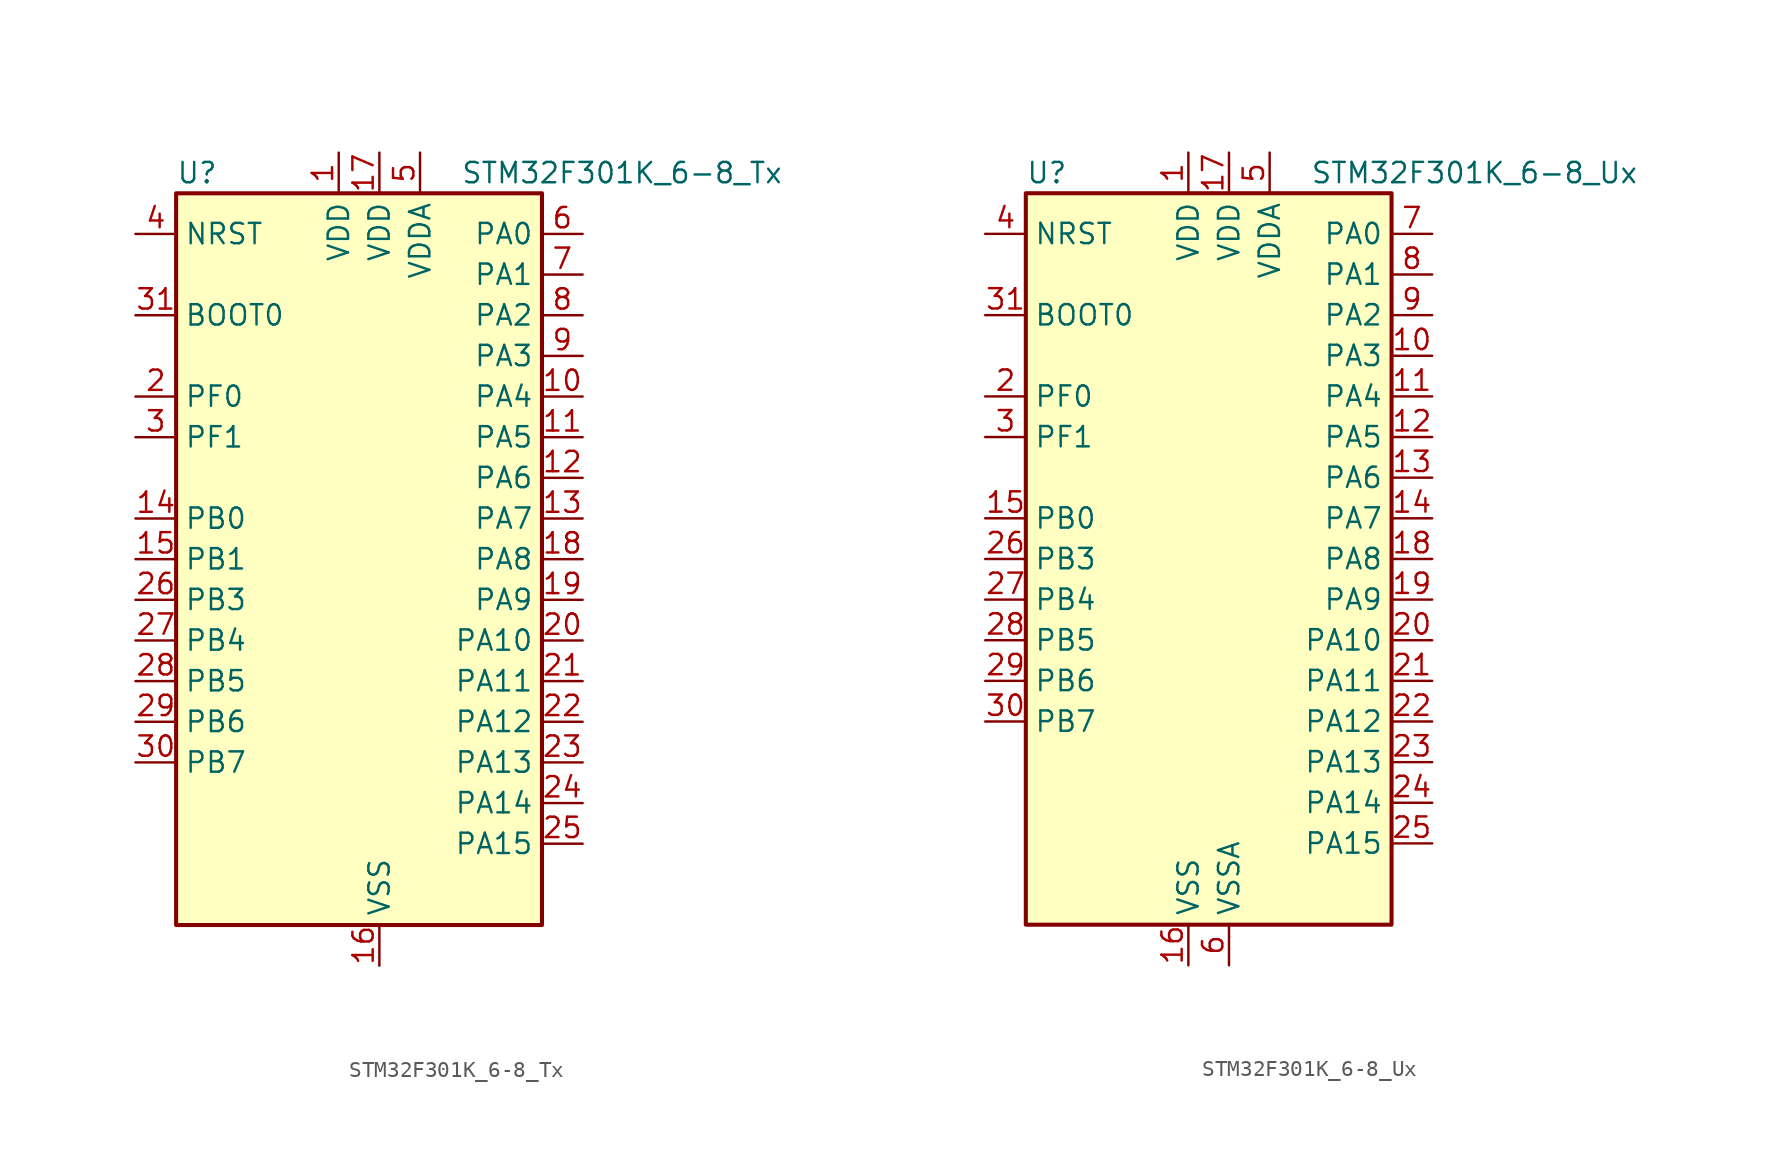
<source format=kicad_sym>
(kicad_symbol_lib
  (version 20231120)
  (generator "kicad_symbol_editor")
  (generator_version "8.0")
  (symbol "STM32F301K_6-8_Tx"
    (property "Reference" "U"
      (at -10.16 24.13 0)
      (effects (font (size 1.27 1.27)) (justify left)))
    (property "Value" "STM32F301K_6-8_Tx"
      (at 7.62 24.13 0)
      (effects (font (size 1.27 1.27)) (justify left)))
    (property "ki_locked" ""
      (at 0 0 0)
      (effects (font (size 1.27 1.27))))
    (symbol "STM32F301K_6-8_Tx_0_1"
      (rectangle (start -10.16 -22.86) (end 12.7 22.86) (stroke (width 0.254) (type default)) (fill (type background))))
    (symbol "STM32F301K_6-8_Tx_1_1"
      (pin power_in line (at 0 25.4 270) (length 2.54) (name "VDD" (effects (font (size 1.27 1.27)))) (number "1" (effects (font (size 1.27 1.27)))))
      (pin bidirectional line (at 15.24 10.16 180) (length 2.54) (name "PA4" (effects (font (size 1.27 1.27)))) (number "10" (effects (font (size 1.27 1.27)))) (alternate "ADC1_IN5" bidirectional line) (alternate "COMP2_INM" bidirectional line) (alternate "COMP4_INM" bidirectional line) (alternate "DAC_OUT1" bidirectional line) (alternate "I2S3_WS" bidirectional line) (alternate "SPI3_NSS" bidirectional line) (alternate "TSC_G2_IO1" bidirectional line) (alternate "USART2_CK" bidirectional line))
      (pin bidirectional line (at 15.24 7.62 180) (length 2.54) (name "PA5" (effects (font (size 1.27 1.27)))) (number "11" (effects (font (size 1.27 1.27)))) (alternate "OPAMP2_VINM" bidirectional line) (alternate "OPAMP2_VINM_SEC" bidirectional line) (alternate "TIM2_CH1" bidirectional line) (alternate "TIM2_ETR" bidirectional line) (alternate "TSC_G2_IO2" bidirectional line))
      (pin bidirectional line (at 15.24 5.08 180) (length 2.54) (name "PA6" (effects (font (size 1.27 1.27)))) (number "12" (effects (font (size 1.27 1.27)))) (alternate "ADC1_IN10" bidirectional line) (alternate "OPAMP2_VOUT" bidirectional line) (alternate "TIM16_CH1" bidirectional line) (alternate "TIM1_BKIN" bidirectional line) (alternate "TSC_G2_IO3" bidirectional line))
      (pin bidirectional line (at 15.24 2.54 180) (length 2.54) (name "PA7" (effects (font (size 1.27 1.27)))) (number "13" (effects (font (size 1.27 1.27)))) (alternate "ADC1_IN15" bidirectional line) (alternate "COMP2_INP" bidirectional line) (alternate "OPAMP2_VINP" bidirectional line) (alternate "OPAMP2_VINP_SEC" bidirectional line) (alternate "TIM17_CH1" bidirectional line) (alternate "TIM1_CH1N" bidirectional line) (alternate "TSC_G2_IO4" bidirectional line))
      (pin bidirectional line (at -12.7 2.54 0) (length 2.54) (name "PB0" (effects (font (size 1.27 1.27)))) (number "14" (effects (font (size 1.27 1.27)))) (alternate "ADC1_IN11" bidirectional line) (alternate "COMP4_INP" bidirectional line) (alternate "OPAMP2_VINP" bidirectional line) (alternate "OPAMP2_VINP_SEC" bidirectional line) (alternate "TIM1_CH2N" bidirectional line) (alternate "TSC_G3_IO2" bidirectional line))
      (pin bidirectional line (at -12.7 0 0) (length 2.54) (name "PB1" (effects (font (size 1.27 1.27)))) (number "15" (effects (font (size 1.27 1.27)))) (alternate "ADC1_IN12" bidirectional line) (alternate "COMP4_OUT" bidirectional line) (alternate "TIM1_CH3N" bidirectional line) (alternate "TSC_G3_IO3" bidirectional line))
      (pin power_in line (at 2.54 -25.4 90) (length 2.54) (name "VSS" (effects (font (size 1.27 1.27)))) (number "16" (effects (font (size 1.27 1.27)))))
      (pin power_in line (at 2.54 25.4 270) (length 2.54) (name "VDD" (effects (font (size 1.27 1.27)))) (number "17" (effects (font (size 1.27 1.27)))))
      (pin bidirectional line (at 15.24 0 180) (length 2.54) (name "PA8" (effects (font (size 1.27 1.27)))) (number "18" (effects (font (size 1.27 1.27)))) (alternate "I2C2_SMBA" bidirectional line) (alternate "I2C3_SCL" bidirectional line) (alternate "I2S2_MCK" bidirectional line) (alternate "RCC_MCO" bidirectional line) (alternate "TIM1_CH1" bidirectional line) (alternate "USART1_CK" bidirectional line))
      (pin bidirectional line (at 15.24 -2.54 180) (length 2.54) (name "PA9" (effects (font (size 1.27 1.27)))) (number "19" (effects (font (size 1.27 1.27)))) (alternate "DAC_EXTI9" bidirectional line) (alternate "I2C2_SCL" bidirectional line) (alternate "I2C3_SMBA" bidirectional line) (alternate "I2S3_MCK" bidirectional line) (alternate "TIM15_BKIN" bidirectional line) (alternate "TIM1_CH2" bidirectional line) (alternate "TIM2_CH3" bidirectional line) (alternate "TSC_G4_IO1" bidirectional line) (alternate "USART1_TX" bidirectional line))
      (pin bidirectional line (at -12.7 10.16 0) (length 2.54) (name "PF0" (effects (font (size 1.27 1.27)))) (number "2" (effects (font (size 1.27 1.27)))) (alternate "I2C2_SDA" bidirectional line) (alternate "I2S2_WS" bidirectional line) (alternate "RCC_OSC_IN" bidirectional line) (alternate "SPI2_NSS" bidirectional line) (alternate "TIM1_CH3N" bidirectional line))
      (pin bidirectional line (at 15.24 -5.08 180) (length 2.54) (name "PA10" (effects (font (size 1.27 1.27)))) (number "20" (effects (font (size 1.27 1.27)))) (alternate "I2C2_SDA" bidirectional line) (alternate "I2S2_ext_SD" bidirectional line) (alternate "SPI2_MISO" bidirectional line) (alternate "TIM17_BKIN" bidirectional line) (alternate "TIM1_CH3" bidirectional line) (alternate "TIM2_CH4" bidirectional line) (alternate "TSC_G4_IO2" bidirectional line) (alternate "USART1_RX" bidirectional line))
      (pin bidirectional line (at 15.24 -7.62 180) (length 2.54) (name "PA11" (effects (font (size 1.27 1.27)))) (number "21" (effects (font (size 1.27 1.27)))) (alternate "ADC1_EXTI11" bidirectional line) (alternate "I2S2_SD" bidirectional line) (alternate "SPI2_MOSI" bidirectional line) (alternate "TIM1_BKIN2" bidirectional line) (alternate "TIM1_CH1N" bidirectional line) (alternate "TIM1_CH4" bidirectional line) (alternate "USART1_CTS" bidirectional line))
      (pin bidirectional line (at 15.24 -10.16 180) (length 2.54) (name "PA12" (effects (font (size 1.27 1.27)))) (number "22" (effects (font (size 1.27 1.27)))) (alternate "COMP2_OUT" bidirectional line) (alternate "I2S_CKIN" bidirectional line) (alternate "TIM16_CH1" bidirectional line) (alternate "TIM1_CH2N" bidirectional line) (alternate "TIM1_ETR" bidirectional line) (alternate "USART1_DE" bidirectional line) (alternate "USART1_RTS" bidirectional line))
      (pin bidirectional line (at 15.24 -12.7 180) (length 2.54) (name "PA13" (effects (font (size 1.27 1.27)))) (number "23" (effects (font (size 1.27 1.27)))) (alternate "IR_OUT" bidirectional line) (alternate "SYS_JTMS-SWDIO" bidirectional line) (alternate "TIM16_CH1N" bidirectional line) (alternate "TSC_G4_IO3" bidirectional line))
      (pin bidirectional line (at 15.24 -15.24 180) (length 2.54) (name "PA14" (effects (font (size 1.27 1.27)))) (number "24" (effects (font (size 1.27 1.27)))) (alternate "I2C1_SDA" bidirectional line) (alternate "SYS_JTCK-SWCLK" bidirectional line) (alternate "TIM1_BKIN" bidirectional line) (alternate "TSC_G4_IO4" bidirectional line) (alternate "USART2_TX" bidirectional line))
      (pin bidirectional line (at 15.24 -17.78 180) (length 2.54) (name "PA15" (effects (font (size 1.27 1.27)))) (number "25" (effects (font (size 1.27 1.27)))) (alternate "ADC1_EXTI15" bidirectional line) (alternate "I2C1_SCL" bidirectional line) (alternate "I2S3_WS" bidirectional line) (alternate "SPI3_NSS" bidirectional line) (alternate "SYS_JTDI" bidirectional line) (alternate "TIM1_BKIN" bidirectional line) (alternate "TIM2_CH1" bidirectional line) (alternate "TIM2_ETR" bidirectional line) (alternate "TSC_SYNC" bidirectional line) (alternate "USART2_RX" bidirectional line))
      (pin bidirectional line (at -12.7 -2.54 0) (length 2.54) (name "PB3" (effects (font (size 1.27 1.27)))) (number "26" (effects (font (size 1.27 1.27)))) (alternate "I2S3_CK" bidirectional line) (alternate "SPI3_SCK" bidirectional line) (alternate "SYS_JTDO-TRACESWO" bidirectional line) (alternate "TIM2_CH2" bidirectional line) (alternate "TSC_G5_IO1" bidirectional line) (alternate "USART2_TX" bidirectional line))
      (pin bidirectional line (at -12.7 -5.08 0) (length 2.54) (name "PB4" (effects (font (size 1.27 1.27)))) (number "27" (effects (font (size 1.27 1.27)))) (alternate "I2S3_ext_SD" bidirectional line) (alternate "SPI3_MISO" bidirectional line) (alternate "SYS_NJTRST" bidirectional line) (alternate "TIM16_CH1" bidirectional line) (alternate "TIM17_BKIN" bidirectional line) (alternate "TSC_G5_IO2" bidirectional line) (alternate "USART2_RX" bidirectional line))
      (pin bidirectional line (at -12.7 -7.62 0) (length 2.54) (name "PB5" (effects (font (size 1.27 1.27)))) (number "28" (effects (font (size 1.27 1.27)))) (alternate "I2C1_SMBA" bidirectional line) (alternate "I2C3_SDA" bidirectional line) (alternate "I2S3_SD" bidirectional line) (alternate "SPI3_MOSI" bidirectional line) (alternate "TIM16_BKIN" bidirectional line) (alternate "TIM17_CH1" bidirectional line) (alternate "USART2_CK" bidirectional line))
      (pin bidirectional line (at -12.7 -10.16 0) (length 2.54) (name "PB6" (effects (font (size 1.27 1.27)))) (number "29" (effects (font (size 1.27 1.27)))) (alternate "I2C1_SCL" bidirectional line) (alternate "TIM16_CH1N" bidirectional line) (alternate "TSC_G5_IO3" bidirectional line) (alternate "USART1_TX" bidirectional line))
      (pin bidirectional line (at -12.7 7.62 0) (length 2.54) (name "PF1" (effects (font (size 1.27 1.27)))) (number "3" (effects (font (size 1.27 1.27)))) (alternate "I2C2_SCL" bidirectional line) (alternate "I2S2_CK" bidirectional line) (alternate "RCC_OSC_OUT" bidirectional line) (alternate "SPI2_SCK" bidirectional line))
      (pin bidirectional line (at -12.7 -12.7 0) (length 2.54) (name "PB7" (effects (font (size 1.27 1.27)))) (number "30" (effects (font (size 1.27 1.27)))) (alternate "I2C1_SDA" bidirectional line) (alternate "TIM17_CH1N" bidirectional line) (alternate "TSC_G5_IO4" bidirectional line) (alternate "USART1_RX" bidirectional line))
      (pin input line (at -12.7 15.24 0) (length 2.54) (name "BOOT0" (effects (font (size 1.27 1.27)))) (number "31" (effects (font (size 1.27 1.27)))))
      (pin passive line (at 2.54 -25.4 90) (length 2.54) hide (name "VSS" (effects (font (size 1.27 1.27)))) (number "32" (effects (font (size 1.27 1.27)))))
      (pin input line (at -12.7 20.32 0) (length 2.54) (name "NRST" (effects (font (size 1.27 1.27)))) (number "4" (effects (font (size 1.27 1.27)))))
      (pin power_in line (at 5.08 25.4 270) (length 2.54) (name "VDDA" (effects (font (size 1.27 1.27)))) (number "5" (effects (font (size 1.27 1.27)))))
      (pin bidirectional line (at 15.24 20.32 180) (length 2.54) (name "PA0" (effects (font (size 1.27 1.27)))) (number "6" (effects (font (size 1.27 1.27)))) (alternate "ADC1_IN1" bidirectional line) (alternate "RTC_TAMP2" bidirectional line) (alternate "SYS_WKUP1" bidirectional line) (alternate "TIM2_CH1" bidirectional line) (alternate "TIM2_ETR" bidirectional line) (alternate "TSC_G1_IO1" bidirectional line) (alternate "USART2_CTS" bidirectional line))
      (pin bidirectional line (at 15.24 17.78 180) (length 2.54) (name "PA1" (effects (font (size 1.27 1.27)))) (number "7" (effects (font (size 1.27 1.27)))) (alternate "ADC1_IN2" bidirectional line) (alternate "RTC_REFIN" bidirectional line) (alternate "TIM15_CH1N" bidirectional line) (alternate "TIM2_CH2" bidirectional line) (alternate "TSC_G1_IO2" bidirectional line) (alternate "USART2_DE" bidirectional line) (alternate "USART2_RTS" bidirectional line))
      (pin bidirectional line (at 15.24 15.24 180) (length 2.54) (name "PA2" (effects (font (size 1.27 1.27)))) (number "8" (effects (font (size 1.27 1.27)))) (alternate "ADC1_IN3" bidirectional line) (alternate "COMP2_INM" bidirectional line) (alternate "COMP2_OUT" bidirectional line) (alternate "TIM15_CH1" bidirectional line) (alternate "TIM2_CH3" bidirectional line) (alternate "TSC_G1_IO3" bidirectional line) (alternate "USART2_TX" bidirectional line))
      (pin bidirectional line (at 15.24 12.7 180) (length 2.54) (name "PA3" (effects (font (size 1.27 1.27)))) (number "9" (effects (font (size 1.27 1.27)))) (alternate "ADC1_IN4" bidirectional line) (alternate "TIM15_CH2" bidirectional line) (alternate "TIM2_CH4" bidirectional line) (alternate "TSC_G1_IO4" bidirectional line) (alternate "USART2_RX" bidirectional line))))
  (symbol "STM32F301K_6-8_Ux"
    (property "Reference" "U"
      (at -10.16 24.13 0)
      (effects (font (size 1.27 1.27)) (justify left)))
    (property "Value" "STM32F301K_6-8_Ux"
      (at 7.62 24.13 0)
      (effects (font (size 1.27 1.27)) (justify left)))
    (property "ki_locked" ""
      (at 0 0 0)
      (effects (font (size 1.27 1.27))))
    (symbol "STM32F301K_6-8_Ux_0_1"
      (rectangle (start -10.16 -22.86) (end 12.7 22.86) (stroke (width 0.254) (type default)) (fill (type background))))
    (symbol "STM32F301K_6-8_Ux_1_1"
      (pin power_in line (at 0 25.4 270) (length 2.54) (name "VDD" (effects (font (size 1.27 1.27)))) (number "1" (effects (font (size 1.27 1.27)))))
      (pin bidirectional line (at 15.24 12.7 180) (length 2.54) (name "PA3" (effects (font (size 1.27 1.27)))) (number "10" (effects (font (size 1.27 1.27)))) (alternate "ADC1_IN4" bidirectional line) (alternate "TIM15_CH2" bidirectional line) (alternate "TIM2_CH4" bidirectional line) (alternate "TSC_G1_IO4" bidirectional line) (alternate "USART2_RX" bidirectional line))
      (pin bidirectional line (at 15.24 10.16 180) (length 2.54) (name "PA4" (effects (font (size 1.27 1.27)))) (number "11" (effects (font (size 1.27 1.27)))) (alternate "ADC1_IN5" bidirectional line) (alternate "COMP2_INM" bidirectional line) (alternate "COMP4_INM" bidirectional line) (alternate "DAC_OUT1" bidirectional line) (alternate "I2S3_WS" bidirectional line) (alternate "SPI3_NSS" bidirectional line) (alternate "TSC_G2_IO1" bidirectional line) (alternate "USART2_CK" bidirectional line))
      (pin bidirectional line (at 15.24 7.62 180) (length 2.54) (name "PA5" (effects (font (size 1.27 1.27)))) (number "12" (effects (font (size 1.27 1.27)))) (alternate "OPAMP2_VINM" bidirectional line) (alternate "OPAMP2_VINM_SEC" bidirectional line) (alternate "TIM2_CH1" bidirectional line) (alternate "TIM2_ETR" bidirectional line) (alternate "TSC_G2_IO2" bidirectional line))
      (pin bidirectional line (at 15.24 5.08 180) (length 2.54) (name "PA6" (effects (font (size 1.27 1.27)))) (number "13" (effects (font (size 1.27 1.27)))) (alternate "ADC1_IN10" bidirectional line) (alternate "OPAMP2_VOUT" bidirectional line) (alternate "TIM16_CH1" bidirectional line) (alternate "TIM1_BKIN" bidirectional line) (alternate "TSC_G2_IO3" bidirectional line))
      (pin bidirectional line (at 15.24 2.54 180) (length 2.54) (name "PA7" (effects (font (size 1.27 1.27)))) (number "14" (effects (font (size 1.27 1.27)))) (alternate "ADC1_IN15" bidirectional line) (alternate "COMP2_INP" bidirectional line) (alternate "OPAMP2_VINP" bidirectional line) (alternate "OPAMP2_VINP_SEC" bidirectional line) (alternate "TIM17_CH1" bidirectional line) (alternate "TIM1_CH1N" bidirectional line) (alternate "TSC_G2_IO4" bidirectional line))
      (pin bidirectional line (at -12.7 2.54 0) (length 2.54) (name "PB0" (effects (font (size 1.27 1.27)))) (number "15" (effects (font (size 1.27 1.27)))) (alternate "ADC1_IN11" bidirectional line) (alternate "COMP4_INP" bidirectional line) (alternate "OPAMP2_VINP" bidirectional line) (alternate "OPAMP2_VINP_SEC" bidirectional line) (alternate "TIM1_CH2N" bidirectional line) (alternate "TSC_G3_IO2" bidirectional line))
      (pin power_in line (at 0 -25.4 90) (length 2.54) (name "VSS" (effects (font (size 1.27 1.27)))) (number "16" (effects (font (size 1.27 1.27)))))
      (pin power_in line (at 2.54 25.4 270) (length 2.54) (name "VDD" (effects (font (size 1.27 1.27)))) (number "17" (effects (font (size 1.27 1.27)))))
      (pin bidirectional line (at 15.24 0 180) (length 2.54) (name "PA8" (effects (font (size 1.27 1.27)))) (number "18" (effects (font (size 1.27 1.27)))) (alternate "I2C2_SMBA" bidirectional line) (alternate "I2C3_SCL" bidirectional line) (alternate "I2S2_MCK" bidirectional line) (alternate "RCC_MCO" bidirectional line) (alternate "TIM1_CH1" bidirectional line) (alternate "USART1_CK" bidirectional line))
      (pin bidirectional line (at 15.24 -2.54 180) (length 2.54) (name "PA9" (effects (font (size 1.27 1.27)))) (number "19" (effects (font (size 1.27 1.27)))) (alternate "DAC_EXTI9" bidirectional line) (alternate "I2C2_SCL" bidirectional line) (alternate "I2C3_SMBA" bidirectional line) (alternate "I2S3_MCK" bidirectional line) (alternate "TIM15_BKIN" bidirectional line) (alternate "TIM1_CH2" bidirectional line) (alternate "TIM2_CH3" bidirectional line) (alternate "TSC_G4_IO1" bidirectional line) (alternate "USART1_TX" bidirectional line))
      (pin bidirectional line (at -12.7 10.16 0) (length 2.54) (name "PF0" (effects (font (size 1.27 1.27)))) (number "2" (effects (font (size 1.27 1.27)))) (alternate "I2C2_SDA" bidirectional line) (alternate "I2S2_WS" bidirectional line) (alternate "RCC_OSC_IN" bidirectional line) (alternate "SPI2_NSS" bidirectional line) (alternate "TIM1_CH3N" bidirectional line))
      (pin bidirectional line (at 15.24 -5.08 180) (length 2.54) (name "PA10" (effects (font (size 1.27 1.27)))) (number "20" (effects (font (size 1.27 1.27)))) (alternate "I2C2_SDA" bidirectional line) (alternate "I2S2_ext_SD" bidirectional line) (alternate "SPI2_MISO" bidirectional line) (alternate "TIM17_BKIN" bidirectional line) (alternate "TIM1_CH3" bidirectional line) (alternate "TIM2_CH4" bidirectional line) (alternate "TSC_G4_IO2" bidirectional line) (alternate "USART1_RX" bidirectional line))
      (pin bidirectional line (at 15.24 -7.62 180) (length 2.54) (name "PA11" (effects (font (size 1.27 1.27)))) (number "21" (effects (font (size 1.27 1.27)))) (alternate "ADC1_EXTI11" bidirectional line) (alternate "I2S2_SD" bidirectional line) (alternate "SPI2_MOSI" bidirectional line) (alternate "TIM1_BKIN2" bidirectional line) (alternate "TIM1_CH1N" bidirectional line) (alternate "TIM1_CH4" bidirectional line) (alternate "USART1_CTS" bidirectional line))
      (pin bidirectional line (at 15.24 -10.16 180) (length 2.54) (name "PA12" (effects (font (size 1.27 1.27)))) (number "22" (effects (font (size 1.27 1.27)))) (alternate "COMP2_OUT" bidirectional line) (alternate "I2S_CKIN" bidirectional line) (alternate "TIM16_CH1" bidirectional line) (alternate "TIM1_CH2N" bidirectional line) (alternate "TIM1_ETR" bidirectional line) (alternate "USART1_DE" bidirectional line) (alternate "USART1_RTS" bidirectional line))
      (pin bidirectional line (at 15.24 -12.7 180) (length 2.54) (name "PA13" (effects (font (size 1.27 1.27)))) (number "23" (effects (font (size 1.27 1.27)))) (alternate "IR_OUT" bidirectional line) (alternate "SYS_JTMS-SWDIO" bidirectional line) (alternate "TIM16_CH1N" bidirectional line) (alternate "TSC_G4_IO3" bidirectional line))
      (pin bidirectional line (at 15.24 -15.24 180) (length 2.54) (name "PA14" (effects (font (size 1.27 1.27)))) (number "24" (effects (font (size 1.27 1.27)))) (alternate "I2C1_SDA" bidirectional line) (alternate "SYS_JTCK-SWCLK" bidirectional line) (alternate "TIM1_BKIN" bidirectional line) (alternate "TSC_G4_IO4" bidirectional line) (alternate "USART2_TX" bidirectional line))
      (pin bidirectional line (at 15.24 -17.78 180) (length 2.54) (name "PA15" (effects (font (size 1.27 1.27)))) (number "25" (effects (font (size 1.27 1.27)))) (alternate "ADC1_EXTI15" bidirectional line) (alternate "I2C1_SCL" bidirectional line) (alternate "I2S3_WS" bidirectional line) (alternate "SPI3_NSS" bidirectional line) (alternate "SYS_JTDI" bidirectional line) (alternate "TIM1_BKIN" bidirectional line) (alternate "TIM2_CH1" bidirectional line) (alternate "TIM2_ETR" bidirectional line) (alternate "TSC_SYNC" bidirectional line) (alternate "USART2_RX" bidirectional line))
      (pin bidirectional line (at -12.7 0 0) (length 2.54) (name "PB3" (effects (font (size 1.27 1.27)))) (number "26" (effects (font (size 1.27 1.27)))) (alternate "I2S3_CK" bidirectional line) (alternate "SPI3_SCK" bidirectional line) (alternate "SYS_JTDO-TRACESWO" bidirectional line) (alternate "TIM2_CH2" bidirectional line) (alternate "TSC_G5_IO1" bidirectional line) (alternate "USART2_TX" bidirectional line))
      (pin bidirectional line (at -12.7 -2.54 0) (length 2.54) (name "PB4" (effects (font (size 1.27 1.27)))) (number "27" (effects (font (size 1.27 1.27)))) (alternate "I2S3_ext_SD" bidirectional line) (alternate "SPI3_MISO" bidirectional line) (alternate "SYS_NJTRST" bidirectional line) (alternate "TIM16_CH1" bidirectional line) (alternate "TIM17_BKIN" bidirectional line) (alternate "TSC_G5_IO2" bidirectional line) (alternate "USART2_RX" bidirectional line))
      (pin bidirectional line (at -12.7 -5.08 0) (length 2.54) (name "PB5" (effects (font (size 1.27 1.27)))) (number "28" (effects (font (size 1.27 1.27)))) (alternate "I2C1_SMBA" bidirectional line) (alternate "I2C3_SDA" bidirectional line) (alternate "I2S3_SD" bidirectional line) (alternate "SPI3_MOSI" bidirectional line) (alternate "TIM16_BKIN" bidirectional line) (alternate "TIM17_CH1" bidirectional line) (alternate "USART2_CK" bidirectional line))
      (pin bidirectional line (at -12.7 -7.62 0) (length 2.54) (name "PB6" (effects (font (size 1.27 1.27)))) (number "29" (effects (font (size 1.27 1.27)))) (alternate "I2C1_SCL" bidirectional line) (alternate "TIM16_CH1N" bidirectional line) (alternate "TSC_G5_IO3" bidirectional line) (alternate "USART1_TX" bidirectional line))
      (pin bidirectional line (at -12.7 7.62 0) (length 2.54) (name "PF1" (effects (font (size 1.27 1.27)))) (number "3" (effects (font (size 1.27 1.27)))) (alternate "I2C2_SCL" bidirectional line) (alternate "I2S2_CK" bidirectional line) (alternate "RCC_OSC_OUT" bidirectional line) (alternate "SPI2_SCK" bidirectional line))
      (pin bidirectional line (at -12.7 -10.16 0) (length 2.54) (name "PB7" (effects (font (size 1.27 1.27)))) (number "30" (effects (font (size 1.27 1.27)))) (alternate "I2C1_SDA" bidirectional line) (alternate "TIM17_CH1N" bidirectional line) (alternate "TSC_G5_IO4" bidirectional line) (alternate "USART1_RX" bidirectional line))
      (pin input line (at -12.7 15.24 0) (length 2.54) (name "BOOT0" (effects (font (size 1.27 1.27)))) (number "31" (effects (font (size 1.27 1.27)))))
      (pin passive line (at 0 -25.4 90) (length 2.54) hide (name "VSS" (effects (font (size 1.27 1.27)))) (number "32" (effects (font (size 1.27 1.27)))))
      (pin passive line (at 0 -25.4 90) (length 2.54) hide (name "VSS" (effects (font (size 1.27 1.27)))) (number "33" (effects (font (size 1.27 1.27)))))
      (pin input line (at -12.7 20.32 0) (length 2.54) (name "NRST" (effects (font (size 1.27 1.27)))) (number "4" (effects (font (size 1.27 1.27)))))
      (pin power_in line (at 5.08 25.4 270) (length 2.54) (name "VDDA" (effects (font (size 1.27 1.27)))) (number "5" (effects (font (size 1.27 1.27)))))
      (pin power_in line (at 2.54 -25.4 90) (length 2.54) (name "VSSA" (effects (font (size 1.27 1.27)))) (number "6" (effects (font (size 1.27 1.27)))))
      (pin bidirectional line (at 15.24 20.32 180) (length 2.54) (name "PA0" (effects (font (size 1.27 1.27)))) (number "7" (effects (font (size 1.27 1.27)))) (alternate "ADC1_IN1" bidirectional line) (alternate "RTC_TAMP2" bidirectional line) (alternate "SYS_WKUP1" bidirectional line) (alternate "TIM2_CH1" bidirectional line) (alternate "TIM2_ETR" bidirectional line) (alternate "TSC_G1_IO1" bidirectional line) (alternate "USART2_CTS" bidirectional line))
      (pin bidirectional line (at 15.24 17.78 180) (length 2.54) (name "PA1" (effects (font (size 1.27 1.27)))) (number "8" (effects (font (size 1.27 1.27)))) (alternate "ADC1_IN2" bidirectional line) (alternate "RTC_REFIN" bidirectional line) (alternate "TIM15_CH1N" bidirectional line) (alternate "TIM2_CH2" bidirectional line) (alternate "TSC_G1_IO2" bidirectional line) (alternate "USART2_DE" bidirectional line) (alternate "USART2_RTS" bidirectional line))
      (pin bidirectional line (at 15.24 15.24 180) (length 2.54) (name "PA2" (effects (font (size 1.27 1.27)))) (number "9" (effects (font (size 1.27 1.27)))) (alternate "ADC1_IN3" bidirectional line) (alternate "COMP2_INM" bidirectional line) (alternate "COMP2_OUT" bidirectional line) (alternate "TIM15_CH1" bidirectional line) (alternate "TIM2_CH3" bidirectional line) (alternate "TSC_G1_IO3" bidirectional line) (alternate "USART2_TX" bidirectional line)))))
</source>
